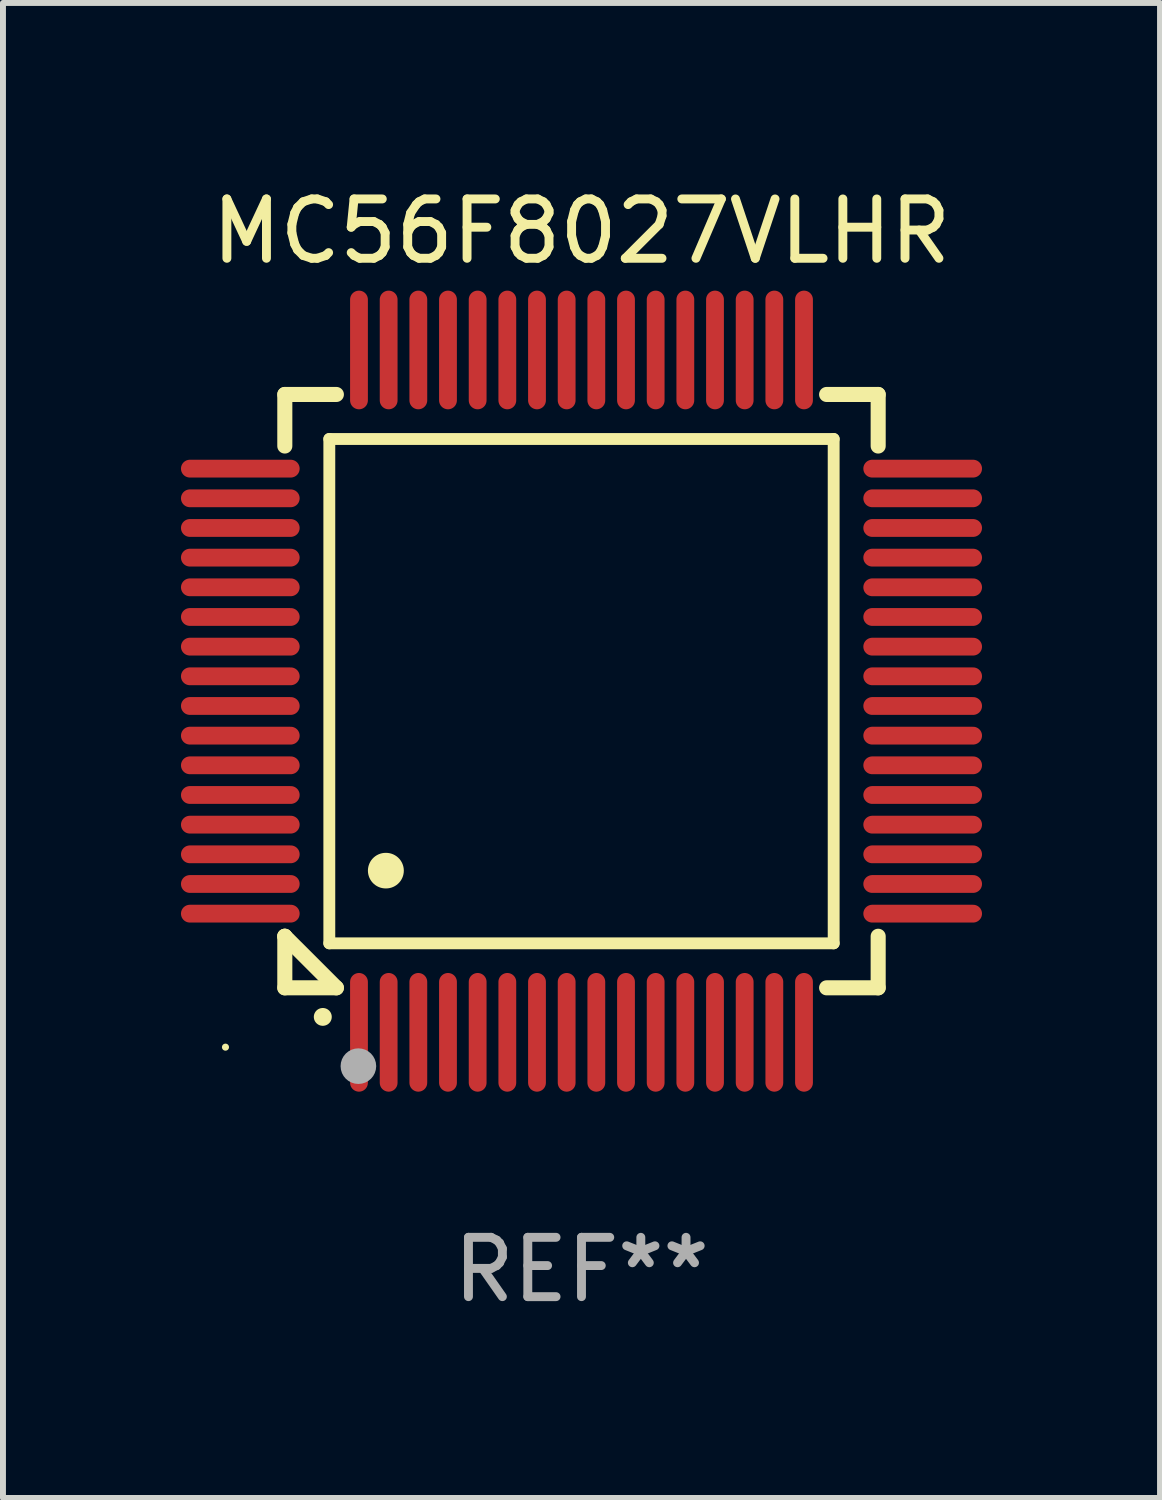
<source format=kicad_pcb>
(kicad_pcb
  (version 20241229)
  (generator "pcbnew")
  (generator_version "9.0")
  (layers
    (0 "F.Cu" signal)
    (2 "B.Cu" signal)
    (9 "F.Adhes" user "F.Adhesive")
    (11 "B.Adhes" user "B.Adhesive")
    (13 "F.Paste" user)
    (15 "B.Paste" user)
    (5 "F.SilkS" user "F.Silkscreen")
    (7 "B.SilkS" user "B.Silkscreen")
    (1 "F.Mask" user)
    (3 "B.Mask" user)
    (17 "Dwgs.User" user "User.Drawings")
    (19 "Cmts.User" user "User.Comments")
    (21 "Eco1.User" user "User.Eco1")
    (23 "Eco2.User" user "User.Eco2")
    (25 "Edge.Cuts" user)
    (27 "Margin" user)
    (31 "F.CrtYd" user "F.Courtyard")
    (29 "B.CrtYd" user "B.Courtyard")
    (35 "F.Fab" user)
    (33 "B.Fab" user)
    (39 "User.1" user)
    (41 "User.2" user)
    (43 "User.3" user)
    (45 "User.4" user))
  (footprint "MC56F8027VLHR"
    (layer "F.Cu")
    (at 6.75 8.598)
    (property "Reference" "MC56F8027VLHR" (at 0 -7.75 0) (layer "F.SilkS") (effects (font (size 1 1) (thickness 0.15))))
    (attr through_hole)
    (fp_line (start -5 -5) (end -4.131 -5) (stroke (width 0.254) (type solid)) (layer "F.SilkS"))
    (fp_line (start -5 -4.131) (end -5 -5) (stroke (width 0.254) (type solid)) (layer "F.SilkS"))
    (fp_line (start -5 4.131) (end -5 4.131) (stroke (width 0.254) (type solid)) (layer "F.SilkS"))
    (fp_line (start -5 5) (end -5 4.131) (stroke (width 0.254) (type solid)) (layer "F.SilkS"))
    (fp_line (start -5 4.131) (end -4.131 5) (stroke (width 0.254) (type solid)) (layer "F.SilkS"))
    (fp_line (start -4.25 -4.25) (end -4.25 4.25) (stroke (width 0.2) (type solid)) (layer "F.SilkS"))
    (fp_line (start -4.25 4.25) (end 4.25 4.25) (stroke (width 0.2) (type solid)) (layer "F.SilkS"))
    (fp_line (start -4.131 5) (end -5 5) (stroke (width 0.254) (type solid)) (layer "F.SilkS"))
    (fp_line (start 4.25 -4.25) (end -4.25 -4.25) (stroke (width 0.2) (type solid)) (layer "F.SilkS"))
    (fp_line (start 4.25 4.25) (end 4.25 -4.25) (stroke (width 0.2) (type solid)) (layer "F.SilkS"))
    (fp_line (start 5 -5) (end 4.131 -5) (stroke (width 0.254) (type solid)) (layer "F.SilkS"))
    (fp_line (start 5 -5) (end 5 -4.131) (stroke (width 0.254) (type solid)) (layer "F.SilkS"))
    (fp_line (start 5 4.131) (end 5 5) (stroke (width 0.254) (type solid)) (layer "F.SilkS"))
    (fp_line (start 5 5) (end 4.131 5) (stroke (width 0.254) (type solid)) (layer "F.SilkS"))
    (fp_arc (start -4.361265 5.489992) (mid -4.359995 5.489987) (end -4.358725 5.489992) (stroke (width 0.3) (type solid)) (layer "F.SilkS"))
    (fp_arc (start -3.299467 3.025146) (mid -3.296927 3.025135) (end -3.294387 3.025146) (stroke (width 0.6) (type solid)) (layer "F.SilkS"))
    (fp_circle (center -6 6) (end -5.97 6) (stroke (width 0.06) (type solid)) (fill no) (layer "F.SilkS"))
    (fp_circle (center -3.76 6.32) (end -3.61 6.32) (stroke (width 0.3) (type solid)) (fill no) (layer "F.Fab"))
    (fp_text user "REF**" (at 0 9.75 0) (layer "F.Fab") (effects (font (size 1 1) (thickness 0.15))))
    (pad "1" smd oval (at -3.75 5.75) (size 0.3 2) (layers "F.Cu" "F.Mask" "F.Paste"))
    (pad "2" smd oval (at -3.25 5.75) (size 0.3 2) (layers "F.Cu" "F.Mask" "F.Paste"))
    (pad "3" smd oval (at -2.75 5.75) (size 0.3 2) (layers "F.Cu" "F.Mask" "F.Paste"))
    (pad "4" smd oval (at -2.25 5.75) (size 0.3 2) (layers "F.Cu" "F.Mask" "F.Paste"))
    (pad "5" smd oval (at -1.75 5.75) (size 0.3 2) (layers "F.Cu" "F.Mask" "F.Paste"))
    (pad "6" smd oval (at -1.25 5.75) (size 0.3 2) (layers "F.Cu" "F.Mask" "F.Paste"))
    (pad "7" smd oval (at -0.75 5.75) (size 0.3 2) (layers "F.Cu" "F.Mask" "F.Paste"))
    (pad "8" smd oval (at -0.25 5.75) (size 0.3 2) (layers "F.Cu" "F.Mask" "F.Paste"))
    (pad "9" smd oval (at 0.25 5.75) (size 0.3 2) (layers "F.Cu" "F.Mask" "F.Paste"))
    (pad "10" smd oval (at 0.75 5.75) (size 0.3 2) (layers "F.Cu" "F.Mask" "F.Paste"))
    (pad "11" smd oval (at 1.25 5.75) (size 0.3 2) (layers "F.Cu" "F.Mask" "F.Paste"))
    (pad "12" smd oval (at 1.75 5.75) (size 0.3 2) (layers "F.Cu" "F.Mask" "F.Paste"))
    (pad "13" smd oval (at 2.25 5.75) (size 0.3 2) (layers "F.Cu" "F.Mask" "F.Paste"))
    (pad "14" smd oval (at 2.75 5.75) (size 0.3 2) (layers "F.Cu" "F.Mask" "F.Paste"))
    (pad "15" smd oval (at 3.25 5.75) (size 0.3 2) (layers "F.Cu" "F.Mask" "F.Paste"))
    (pad "16" smd oval (at 3.75 5.75) (size 0.3 2) (layers "F.Cu" "F.Mask" "F.Paste"))
    (pad "17" smd oval (at 5.75 3.75) (size 2 0.3) (layers "F.Cu" "F.Mask" "F.Paste"))
    (pad "18" smd oval (at 5.75 3.25) (size 2 0.3) (layers "F.Cu" "F.Mask" "F.Paste"))
    (pad "19" smd oval (at 5.75 2.75) (size 2 0.3) (layers "F.Cu" "F.Mask" "F.Paste"))
    (pad "20" smd oval (at 5.75 2.25) (size 2 0.3) (layers "F.Cu" "F.Mask" "F.Paste"))
    (pad "21" smd oval (at 5.75 1.75) (size 2 0.3) (layers "F.Cu" "F.Mask" "F.Paste"))
    (pad "22" smd oval (at 5.75 1.25) (size 2 0.3) (layers "F.Cu" "F.Mask" "F.Paste"))
    (pad "23" smd oval (at 5.75 0.75) (size 2 0.3) (layers "F.Cu" "F.Mask" "F.Paste"))
    (pad "24" smd oval (at 5.75 0.25) (size 2 0.3) (layers "F.Cu" "F.Mask" "F.Paste"))
    (pad "25" smd oval (at 5.75 -0.25) (size 2 0.3) (layers "F.Cu" "F.Mask" "F.Paste"))
    (pad "26" smd oval (at 5.75 -0.75) (size 2 0.3) (layers "F.Cu" "F.Mask" "F.Paste"))
    (pad "27" smd oval (at 5.75 -1.25) (size 2 0.3) (layers "F.Cu" "F.Mask" "F.Paste"))
    (pad "28" smd oval (at 5.75 -1.75) (size 2 0.3) (layers "F.Cu" "F.Mask" "F.Paste"))
    (pad "29" smd oval (at 5.75 -2.25) (size 2 0.3) (layers "F.Cu" "F.Mask" "F.Paste"))
    (pad "30" smd oval (at 5.75 -2.75) (size 2 0.3) (layers "F.Cu" "F.Mask" "F.Paste"))
    (pad "31" smd oval (at 5.75 -3.25) (size 2 0.3) (layers "F.Cu" "F.Mask" "F.Paste"))
    (pad "32" smd oval (at 5.75 -3.75) (size 2 0.3) (layers "F.Cu" "F.Mask" "F.Paste"))
    (pad "33" smd oval (at 3.75 -5.75) (size 0.3 2) (layers "F.Cu" "F.Mask" "F.Paste"))
    (pad "34" smd oval (at 3.25 -5.75) (size 0.3 2) (layers "F.Cu" "F.Mask" "F.Paste"))
    (pad "35" smd oval (at 2.75 -5.75) (size 0.3 2) (layers "F.Cu" "F.Mask" "F.Paste"))
    (pad "36" smd oval (at 2.25 -5.75) (size 0.3 2) (layers "F.Cu" "F.Mask" "F.Paste"))
    (pad "37" smd oval (at 1.75 -5.75) (size 0.3 2) (layers "F.Cu" "F.Mask" "F.Paste"))
    (pad "38" smd oval (at 1.25 -5.75) (size 0.3 2) (layers "F.Cu" "F.Mask" "F.Paste"))
    (pad "39" smd oval (at 0.75 -5.75) (size 0.3 2) (layers "F.Cu" "F.Mask" "F.Paste"))
    (pad "40" smd oval (at 0.25 -5.75) (size 0.3 2) (layers "F.Cu" "F.Mask" "F.Paste"))
    (pad "41" smd oval (at -0.25 -5.75) (size 0.3 2) (layers "F.Cu" "F.Mask" "F.Paste"))
    (pad "42" smd oval (at -0.75 -5.75) (size 0.3 2) (layers "F.Cu" "F.Mask" "F.Paste"))
    (pad "43" smd oval (at -1.25 -5.75) (size 0.3 2) (layers "F.Cu" "F.Mask" "F.Paste"))
    (pad "44" smd oval (at -1.75 -5.75) (size 0.3 2) (layers "F.Cu" "F.Mask" "F.Paste"))
    (pad "45" smd oval (at -2.25 -5.75) (size 0.3 2) (layers "F.Cu" "F.Mask" "F.Paste"))
    (pad "46" smd oval (at -2.75 -5.75) (size 0.3 2) (layers "F.Cu" "F.Mask" "F.Paste"))
    (pad "47" smd oval (at -3.25 -5.75) (size 0.3 2) (layers "F.Cu" "F.Mask" "F.Paste"))
    (pad "48" smd oval (at -3.75 -5.75) (size 0.3 2) (layers "F.Cu" "F.Mask" "F.Paste"))
    (pad "49" smd oval (at -5.75 -3.75) (size 2 0.3) (layers "F.Cu" "F.Mask" "F.Paste"))
    (pad "50" smd oval (at -5.75 -3.25) (size 2 0.3) (layers "F.Cu" "F.Mask" "F.Paste"))
    (pad "51" smd oval (at -5.75 -2.75) (size 2 0.3) (layers "F.Cu" "F.Mask" "F.Paste"))
    (pad "52" smd oval (at -5.75 -2.25) (size 2 0.3) (layers "F.Cu" "F.Mask" "F.Paste"))
    (pad "53" smd oval (at -5.75 -1.75) (size 2 0.3) (layers "F.Cu" "F.Mask" "F.Paste"))
    (pad "54" smd oval (at -5.75 -1.25) (size 2 0.3) (layers "F.Cu" "F.Mask" "F.Paste"))
    (pad "55" smd oval (at -5.75 -0.75) (size 2 0.3) (layers "F.Cu" "F.Mask" "F.Paste"))
    (pad "56" smd oval (at -5.75 -0.25) (size 2 0.3) (layers "F.Cu" "F.Mask" "F.Paste"))
    (pad "57" smd oval (at -5.75 0.25) (size 2 0.3) (layers "F.Cu" "F.Mask" "F.Paste"))
    (pad "58" smd oval (at -5.75 0.75) (size 2 0.3) (layers "F.Cu" "F.Mask" "F.Paste"))
    (pad "59" smd oval (at -5.75 1.25) (size 2 0.3) (layers "F.Cu" "F.Mask" "F.Paste"))
    (pad "60" smd oval (at -5.75 1.75) (size 2 0.3) (layers "F.Cu" "F.Mask" "F.Paste"))
    (pad "61" smd oval (at -5.75 2.25) (size 2 0.3) (layers "F.Cu" "F.Mask" "F.Paste"))
    (pad "62" smd oval (at -5.75 2.75) (size 2 0.3) (layers "F.Cu" "F.Mask" "F.Paste"))
    (pad "63" smd oval (at -5.75 3.25) (size 2 0.3) (layers "F.Cu" "F.Mask" "F.Paste"))
    (pad "64" smd oval (at -5.75 3.75) (size 2 0.3) (layers "F.Cu" "F.Mask" "F.Paste")))
  (gr_rect
    (start -3 -3)
    (end 16.5 22.196)
    (stroke (width 0.1) (type default))
    (fill no)
    (layer "Edge.Cuts")))
</source>
